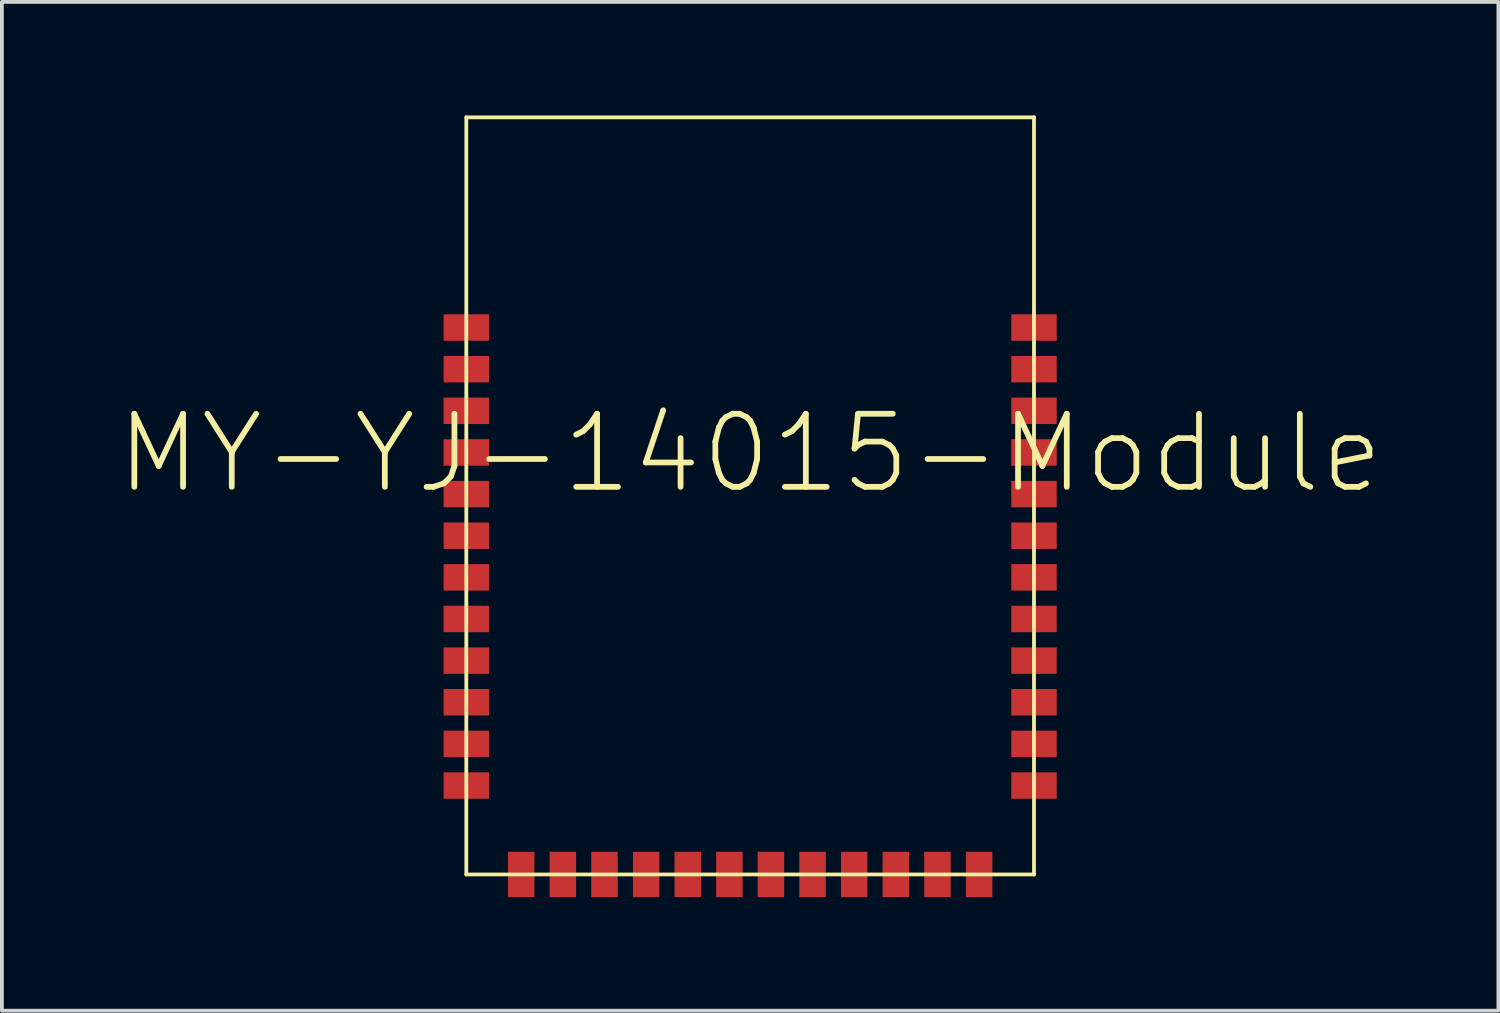
<source format=kicad_pcb>
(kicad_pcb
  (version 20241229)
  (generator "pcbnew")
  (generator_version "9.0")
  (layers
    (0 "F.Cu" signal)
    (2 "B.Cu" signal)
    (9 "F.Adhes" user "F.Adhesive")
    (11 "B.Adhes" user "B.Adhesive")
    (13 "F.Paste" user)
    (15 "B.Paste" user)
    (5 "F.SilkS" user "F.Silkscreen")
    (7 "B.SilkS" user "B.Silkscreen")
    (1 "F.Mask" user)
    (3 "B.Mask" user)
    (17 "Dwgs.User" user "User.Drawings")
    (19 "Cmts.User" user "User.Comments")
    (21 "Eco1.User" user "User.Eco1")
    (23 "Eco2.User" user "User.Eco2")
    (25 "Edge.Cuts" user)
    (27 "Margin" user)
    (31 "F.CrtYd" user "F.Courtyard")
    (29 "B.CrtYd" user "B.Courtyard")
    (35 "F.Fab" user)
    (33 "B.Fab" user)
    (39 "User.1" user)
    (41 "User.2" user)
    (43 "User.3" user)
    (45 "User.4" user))
  (footprint "MY-YJ-14015-Module"
    (layer "F.Cu")
    (at 16.766 20.05)
    (property "Reference" "MY-YJ-14015-Module" (at 0 -11.125 0) (layer "F.SilkS") (effects (font (size 1.93 1.93) (thickness 0.152))))
    (attr smd)
    (fp_line (start -7.498 -20) (end -7.498 0) (stroke (width 0.1) (type solid)) (layer "F.SilkS"))
    (fp_line (start -7.498 0) (end 7.498 0) (stroke (width 0.1) (type solid)) (layer "F.SilkS"))
    (fp_line (start 7.498 -20) (end -7.498 -20) (stroke (width 0.1) (type solid)) (layer "F.SilkS"))
    (fp_line (start 7.498 0) (end 7.498 -20) (stroke (width 0.1) (type solid)) (layer "F.SilkS"))
    (pad "1" smd rect (at -7.498 -14.448 90) (size 0.699 1.199) (layers "F.Cu" "F.Mask" "F.Paste"))
    (pad "2" smd rect (at -7.498 -13.348 90) (size 0.699 1.199) (layers "F.Cu" "F.Mask" "F.Paste"))
    (pad "3" smd rect (at -7.498 -12.248 90) (size 0.699 1.199) (layers "F.Cu" "F.Mask" "F.Paste"))
    (pad "4" smd rect (at -7.498 -11.148 90) (size 0.699 1.199) (layers "F.Cu" "F.Mask" "F.Paste"))
    (pad "5" smd rect (at -7.498 -10.048 90) (size 0.699 1.199) (layers "F.Cu" "F.Mask" "F.Paste"))
    (pad "6" smd rect (at -7.498 -8.948 90) (size 0.699 1.199) (layers "F.Cu" "F.Mask" "F.Paste"))
    (pad "7" smd rect (at -7.498 -7.849 90) (size 0.699 1.199) (layers "F.Cu" "F.Mask" "F.Paste"))
    (pad "8" smd rect (at -7.498 -6.749 90) (size 0.699 1.199) (layers "F.Cu" "F.Mask" "F.Paste"))
    (pad "9" smd rect (at -7.498 -5.649 90) (size 0.699 1.199) (layers "F.Cu" "F.Mask" "F.Paste"))
    (pad "10" smd rect (at -7.498 -4.549 90) (size 0.699 1.199) (layers "F.Cu" "F.Mask" "F.Paste"))
    (pad "11" smd rect (at -7.498 -3.449 90) (size 0.699 1.199) (layers "F.Cu" "F.Mask" "F.Paste"))
    (pad "12" smd rect (at -7.498 -2.349 90) (size 0.699 1.199) (layers "F.Cu" "F.Mask" "F.Paste"))
    (pad "13" smd rect (at -6.048 0 90) (size 1.199 0.699) (layers "F.Cu" "F.Mask" "F.Paste"))
    (pad "14" smd rect (at -4.948 0 90) (size 1.199 0.699) (layers "F.Cu" "F.Mask" "F.Paste"))
    (pad "15" smd rect (at -3.848 0 90) (size 1.199 0.699) (layers "F.Cu" "F.Mask" "F.Paste"))
    (pad "16" smd rect (at -2.748 0 90) (size 1.199 0.699) (layers "F.Cu" "F.Mask" "F.Paste"))
    (pad "17" smd rect (at -1.648 0 90) (size 1.199 0.699) (layers "F.Cu" "F.Mask" "F.Paste"))
    (pad "18" smd rect (at -0.549 0 90) (size 1.199 0.699) (layers "F.Cu" "F.Mask" "F.Paste"))
    (pad "19" smd rect (at 0.549 0 90) (size 1.199 0.699) (layers "F.Cu" "F.Mask" "F.Paste"))
    (pad "20" smd rect (at 1.648 0 90) (size 1.199 0.699) (layers "F.Cu" "F.Mask" "F.Paste"))
    (pad "21" smd rect (at 2.748 0 90) (size 1.199 0.699) (layers "F.Cu" "F.Mask" "F.Paste"))
    (pad "22" smd rect (at 3.848 0 90) (size 1.199 0.699) (layers "F.Cu" "F.Mask" "F.Paste"))
    (pad "23" smd rect (at 4.948 0 90) (size 1.199 0.699) (layers "F.Cu" "F.Mask" "F.Paste"))
    (pad "24" smd rect (at 6.048 0 90) (size 1.199 0.699) (layers "F.Cu" "F.Mask" "F.Paste"))
    (pad "25" smd rect (at 7.498 -2.349 90) (size 0.699 1.199) (layers "F.Cu" "F.Mask" "F.Paste"))
    (pad "26" smd rect (at 7.498 -3.449 90) (size 0.699 1.199) (layers "F.Cu" "F.Mask" "F.Paste"))
    (pad "27" smd rect (at 7.498 -4.549 90) (size 0.699 1.199) (layers "F.Cu" "F.Mask" "F.Paste"))
    (pad "28" smd rect (at 7.498 -5.649 90) (size 0.699 1.199) (layers "F.Cu" "F.Mask" "F.Paste"))
    (pad "29" smd rect (at 7.498 -6.749 90) (size 0.699 1.199) (layers "F.Cu" "F.Mask" "F.Paste"))
    (pad "30" smd rect (at 7.498 -7.849 90) (size 0.699 1.199) (layers "F.Cu" "F.Mask" "F.Paste"))
    (pad "31" smd rect (at 7.498 -8.948 90) (size 0.699 1.199) (layers "F.Cu" "F.Mask" "F.Paste"))
    (pad "32" smd rect (at 7.498 -10.048 90) (size 0.699 1.199) (layers "F.Cu" "F.Mask" "F.Paste"))
    (pad "33" smd rect (at 7.498 -11.148 90) (size 0.699 1.199) (layers "F.Cu" "F.Mask" "F.Paste"))
    (pad "34" smd rect (at 7.498 -12.248 90) (size 0.699 1.199) (layers "F.Cu" "F.Mask" "F.Paste"))
    (pad "35" smd rect (at 7.498 -13.348 90) (size 0.699 1.199) (layers "F.Cu" "F.Mask" "F.Paste"))
    (pad "36" smd rect (at 7.498 -14.448 90) (size 0.699 1.199) (layers "F.Cu" "F.Mask" "F.Paste")))
  (gr_rect
    (start -3 -3)
    (end 36.531 23.649)
    (stroke (width 0.1) (type default))
    (fill no)
    (layer "Edge.Cuts")))
</source>
